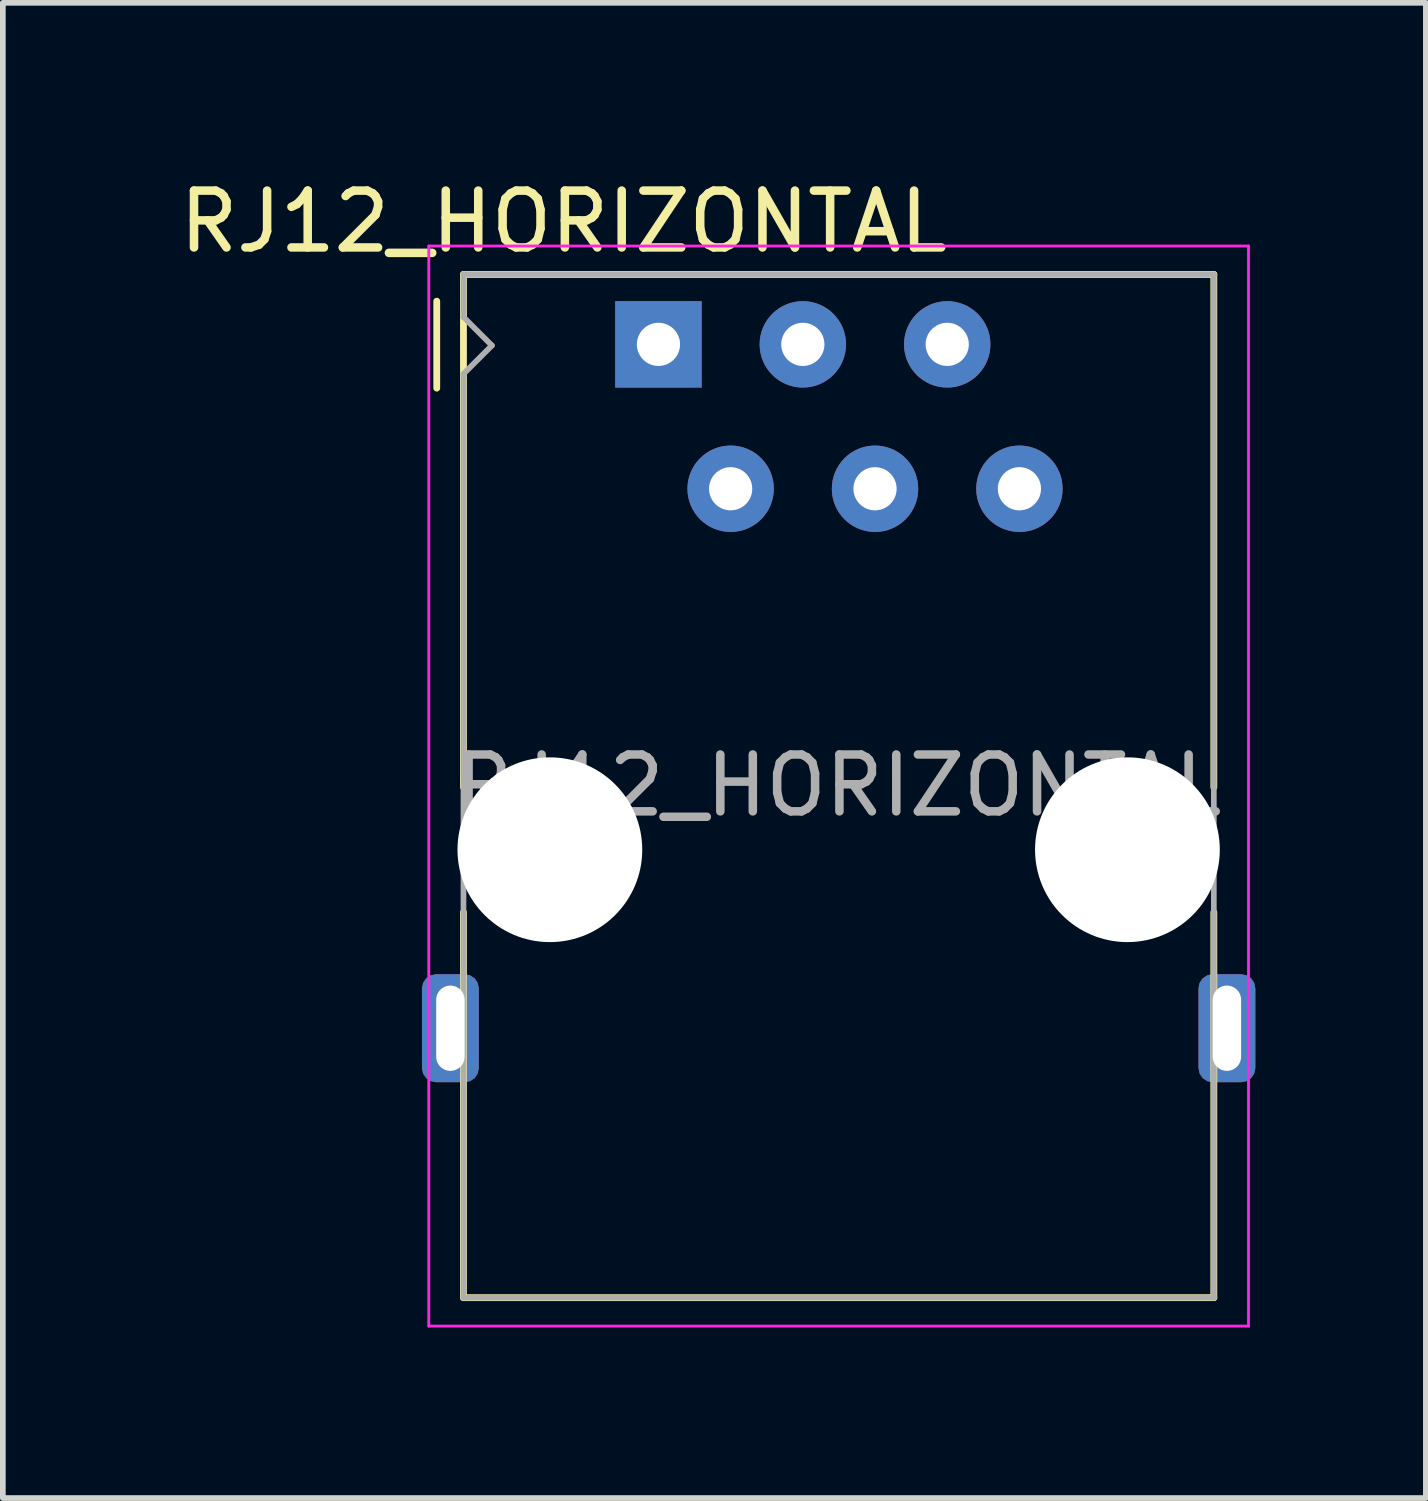
<source format=kicad_pcb>
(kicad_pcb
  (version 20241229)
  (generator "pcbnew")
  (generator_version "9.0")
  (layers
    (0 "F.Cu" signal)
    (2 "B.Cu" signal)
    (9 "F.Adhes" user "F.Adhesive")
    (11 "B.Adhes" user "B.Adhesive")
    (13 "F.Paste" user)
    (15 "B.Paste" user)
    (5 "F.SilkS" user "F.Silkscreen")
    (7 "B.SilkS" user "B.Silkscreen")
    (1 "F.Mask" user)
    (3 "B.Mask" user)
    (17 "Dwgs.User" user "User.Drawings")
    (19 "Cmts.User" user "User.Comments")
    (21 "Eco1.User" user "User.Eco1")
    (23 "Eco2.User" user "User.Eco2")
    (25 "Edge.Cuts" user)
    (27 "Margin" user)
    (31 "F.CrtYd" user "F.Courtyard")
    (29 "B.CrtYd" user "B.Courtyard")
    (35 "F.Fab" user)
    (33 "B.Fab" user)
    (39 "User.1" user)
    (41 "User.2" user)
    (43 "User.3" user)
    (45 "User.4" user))
  (footprint "RJ12_HORIZONTAL"
    (layer "F.Cu")
    (at 11.703 10.778)
    (property "Reference" "RJ12_HORIZONTAL" (at -4.84 -9.93 0) (layer "F.SilkS") (effects (font (size 1 1) (thickness 0.15))))
    (attr through_hole)
    (fp_line (start -7.07 -7) (end -7.07 -8.53) (stroke (width 0.12) (type solid)) (layer "F.SilkS"))
    (fp_line (start -6.6 -9) (end 6.6 -9) (stroke (width 0.12) (type solid)) (layer "F.SilkS"))
    (fp_line (start -6.6 -0.05) (end -6.6 0.02) (stroke (width 0.1) (type solid)) (layer "F.SilkS"))
    (fp_line (start -6.6 0.02) (end -6.6 -9) (stroke (width 0.12) (type solid)) (layer "F.SilkS"))
    (fp_line (start -6.6 9) (end -6.6 2.22) (stroke (width 0.12) (type solid)) (layer "F.SilkS"))
    (fp_line (start 6.6 -9) (end 6.6 0.02) (stroke (width 0.12) (type solid)) (layer "F.SilkS"))
    (fp_line (start 6.6 8.88) (end 6.6 9) (stroke (width 0.1) (type solid)) (layer "F.SilkS"))
    (fp_line (start 6.6 8.99) (end 6.6 9) (stroke (width 0.1) (type solid)) (layer "F.SilkS"))
    (fp_line (start 6.6 9) (end -6.6 9) (stroke (width 0.12) (type solid)) (layer "F.SilkS"))
    (fp_line (start 6.6 9) (end 6.6 2.22) (stroke (width 0.12) (type solid)) (layer "F.SilkS"))
    (fp_line (start -7.21 -9.5) (end 7.21 -9.5) (stroke (width 0.05) (type solid)) (layer "F.CrtYd"))
    (fp_line (start -7.21 9.5) (end -7.21 -9.5) (stroke (width 0.05) (type solid)) (layer "F.CrtYd"))
    (fp_line (start 7.21 -9.5) (end 7.21 9.5) (stroke (width 0.05) (type solid)) (layer "F.CrtYd"))
    (fp_line (start 7.21 9.5) (end -7.21 9.5) (stroke (width 0.05) (type solid)) (layer "F.CrtYd"))
    (fp_line (start -6.6 -9) (end 6.6 -9) (stroke (width 0.1) (type solid)) (layer "F.Fab"))
    (fp_line (start -6.6 -8.25) (end -6.6 -9) (stroke (width 0.1) (type solid)) (layer "F.Fab"))
    (fp_line (start -6.6 -7.25) (end -6.1 -7.75) (stroke (width 0.1) (type solid)) (layer "F.Fab"))
    (fp_line (start -6.6 9) (end -6.6 -7.25) (stroke (width 0.1) (type solid)) (layer "F.Fab"))
    (fp_line (start -6.1 -7.75) (end -6.6 -8.25) (stroke (width 0.1) (type solid)) (layer "F.Fab"))
    (fp_line (start 6.6 -9) (end 6.6 9) (stroke (width 0.1) (type solid)) (layer "F.Fab"))
    (fp_line (start 6.6 9) (end -6.6 9) (stroke (width 0.1) (type solid)) (layer "F.Fab"))
    (fp_text user "${REFERENCE}" (at -0.01 -0.01 0) (layer "F.Fab") (effects (font (size 1 1) (thickness 0.15))))
    (pad "" np_thru_hole circle (at -5.08 1.12) (size 3.25 3.25) (drill 3.25) (layers "*.Cu" "*.Mask"))
    (pad "" np_thru_hole circle (at 5.08 1.12) (size 3.25 3.25) (drill 3.25) (layers "*.Cu" "*.Mask"))
    (pad "1" thru_hole rect (at -3.17 -7.77) (size 1.52 1.52) (drill 0.76) (layers "*.Cu" "*.Mask"))
    (pad "2" thru_hole circle (at -1.9 -5.23) (size 1.52 1.52) (drill 0.76) (layers "*.Cu" "*.Mask"))
    (pad "3" thru_hole circle (at -0.63 -7.77) (size 1.52 1.52) (drill 0.76) (layers "*.Cu" "*.Mask"))
    (pad "4" thru_hole circle (at 0.64 -5.23) (size 1.52 1.52) (drill 0.76) (layers "*.Cu" "*.Mask"))
    (pad "5" thru_hole circle (at 1.91 -7.77) (size 1.52 1.52) (drill 0.76) (layers "*.Cu" "*.Mask"))
    (pad "6" thru_hole circle (at 3.18 -5.23) (size 1.52 1.52) (drill 0.76) (layers "*.Cu" "*.Mask"))
    (pad "7" thru_hole roundrect (at -6.83 4.26) (size 1 1.9) (drill oval 0.5 1.5) (layers "*.Cu" "*.Mask") (roundrect_rratio 0.25))
    (pad "7" thru_hole roundrect (at 6.83 4.26) (size 1 1.9) (drill oval 0.5 1.5) (layers "*.Cu" "*.Mask") (roundrect_rratio 0.25)))
  (gr_rect
    (start -3 -3)
    (end 22.033 23.303)
    (stroke (width 0.1) (type default))
    (fill no)
    (layer "Edge.Cuts")))
</source>
